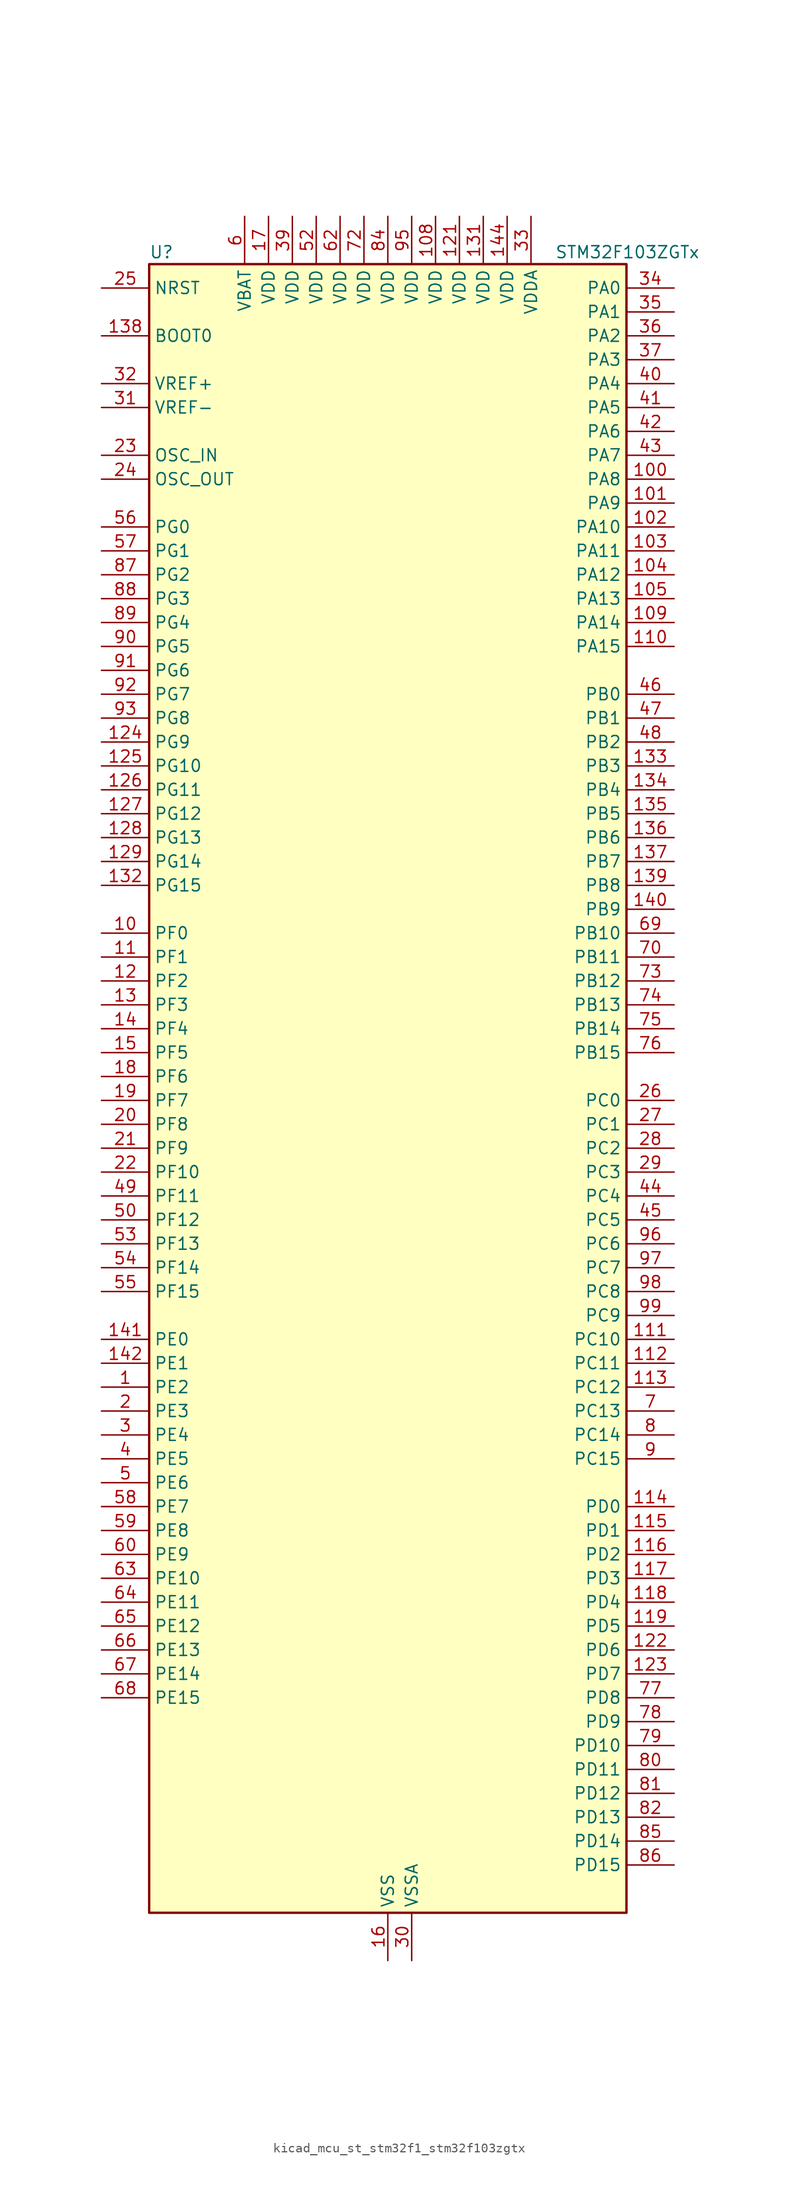
<source format=kicad_sym>
(kicad_symbol_lib
  (version 20220914)
  (generator kicad_symbol_editor)
  (symbol "kicad_mcu_st_stm32f1_stm32f103zgtx"
    (property "Reference" "U"
      (at -25.4 90.17 0)
      (effects (font (size 1.27 1.27)) (justify left)))
    (property "Value" "STM32F103ZGTx"
      (at 17.78 90.17 0)
      (effects (font (size 1.27 1.27)) (justify left)))
    (property "ki_locked" ""
      (at 0 0 0)
      (effects (font (size 1.27 1.27))))
    (symbol "kicad_mcu_st_stm32f1_stm32f103zgtx_0_1"
      (rectangle (start -25.4 -86.36) (end 25.4 88.9) (stroke (width 0.254) (type default)) (fill (type background))))
    (symbol "kicad_mcu_st_stm32f1_stm32f103zgtx_1_1"
      (pin bidirectional line (at -30.48 -30.48 0) (length 5.08) (name "PE2" (effects (font (size 1.27 1.27)))) (number "1" (effects (font (size 1.27 1.27)))) (alternate "FSMC_A23" bidirectional line) (alternate "SYS_TRACECLK" bidirectional line))
      (pin bidirectional line (at -30.48 17.78 0) (length 5.08) (name "PF0" (effects (font (size 1.27 1.27)))) (number "10" (effects (font (size 1.27 1.27)))) (alternate "FSMC_A0" bidirectional line))
      (pin bidirectional line (at 30.48 66.04 180) (length 5.08) (name "PA8" (effects (font (size 1.27 1.27)))) (number "100" (effects (font (size 1.27 1.27)))) (alternate "RCC_MCO" bidirectional line) (alternate "TIM1_CH1" bidirectional line) (alternate "USART1_CK" bidirectional line))
      (pin bidirectional line (at 30.48 63.5 180) (length 5.08) (name "PA9" (effects (font (size 1.27 1.27)))) (number "101" (effects (font (size 1.27 1.27)))) (alternate "DAC_EXTI9" bidirectional line) (alternate "TIM1_CH2" bidirectional line) (alternate "USART1_TX" bidirectional line))
      (pin bidirectional line (at 30.48 60.96 180) (length 5.08) (name "PA10" (effects (font (size 1.27 1.27)))) (number "102" (effects (font (size 1.27 1.27)))) (alternate "TIM1_CH3" bidirectional line) (alternate "USART1_RX" bidirectional line))
      (pin bidirectional line (at 30.48 58.42 180) (length 5.08) (name "PA11" (effects (font (size 1.27 1.27)))) (number "103" (effects (font (size 1.27 1.27)))) (alternate "ADC1_EXTI11" bidirectional line) (alternate "ADC2_EXTI11" bidirectional line) (alternate "CAN_RX" bidirectional line) (alternate "TIM1_CH4" bidirectional line) (alternate "USART1_CTS" bidirectional line) (alternate "USB_DM" bidirectional line))
      (pin bidirectional line (at 30.48 55.88 180) (length 5.08) (name "PA12" (effects (font (size 1.27 1.27)))) (number "104" (effects (font (size 1.27 1.27)))) (alternate "CAN_TX" bidirectional line) (alternate "TIM1_ETR" bidirectional line) (alternate "USART1_RTS" bidirectional line) (alternate "USB_DP" bidirectional line))
      (pin bidirectional line (at 30.48 53.34 180) (length 5.08) (name "PA13" (effects (font (size 1.27 1.27)))) (number "105" (effects (font (size 1.27 1.27)))) (alternate "SYS_JTMS-SWDIO" bidirectional line))
      (pin no_connect line (at -25.4 -86.36 0) (length 5.08) hide (name "NC" (effects (font (size 1.27 1.27)))) (number "106" (effects (font (size 1.27 1.27)))))
      (pin passive line (at 0 -91.44 90) (length 5.08) hide (name "VSS" (effects (font (size 1.27 1.27)))) (number "107" (effects (font (size 1.27 1.27)))))
      (pin power_in line (at 5.08 93.98 270) (length 5.08) (name "VDD" (effects (font (size 1.27 1.27)))) (number "108" (effects (font (size 1.27 1.27)))))
      (pin bidirectional line (at 30.48 50.8 180) (length 5.08) (name "PA14" (effects (font (size 1.27 1.27)))) (number "109" (effects (font (size 1.27 1.27)))) (alternate "SYS_JTCK-SWCLK" bidirectional line))
      (pin bidirectional line (at -30.48 15.24 0) (length 5.08) (name "PF1" (effects (font (size 1.27 1.27)))) (number "11" (effects (font (size 1.27 1.27)))) (alternate "FSMC_A1" bidirectional line))
      (pin bidirectional line (at 30.48 48.26 180) (length 5.08) (name "PA15" (effects (font (size 1.27 1.27)))) (number "110" (effects (font (size 1.27 1.27)))) (alternate "ADC1_EXTI15" bidirectional line) (alternate "ADC2_EXTI15" bidirectional line) (alternate "I2S3_WS" bidirectional line) (alternate "SPI1_NSS" bidirectional line) (alternate "SPI3_NSS" bidirectional line) (alternate "SYS_JTDI" bidirectional line) (alternate "TIM2_CH1" bidirectional line) (alternate "TIM2_ETR" bidirectional line))
      (pin bidirectional line (at 30.48 -25.4 180) (length 5.08) (name "PC10" (effects (font (size 1.27 1.27)))) (number "111" (effects (font (size 1.27 1.27)))) (alternate "SDIO_D2" bidirectional line) (alternate "UART4_TX" bidirectional line) (alternate "USART3_TX" bidirectional line))
      (pin bidirectional line (at 30.48 -27.94 180) (length 5.08) (name "PC11" (effects (font (size 1.27 1.27)))) (number "112" (effects (font (size 1.27 1.27)))) (alternate "ADC1_EXTI11" bidirectional line) (alternate "ADC2_EXTI11" bidirectional line) (alternate "SDIO_D3" bidirectional line) (alternate "UART4_RX" bidirectional line) (alternate "USART3_RX" bidirectional line))
      (pin bidirectional line (at 30.48 -30.48 180) (length 5.08) (name "PC12" (effects (font (size 1.27 1.27)))) (number "113" (effects (font (size 1.27 1.27)))) (alternate "SDIO_CK" bidirectional line) (alternate "UART5_TX" bidirectional line) (alternate "USART3_CK" bidirectional line))
      (pin bidirectional line (at 30.48 -43.18 180) (length 5.08) (name "PD0" (effects (font (size 1.27 1.27)))) (number "114" (effects (font (size 1.27 1.27)))) (alternate "CAN_RX" bidirectional line) (alternate "FSMC_D2" bidirectional line) (alternate "FSMC_DA2" bidirectional line))
      (pin bidirectional line (at 30.48 -45.72 180) (length 5.08) (name "PD1" (effects (font (size 1.27 1.27)))) (number "115" (effects (font (size 1.27 1.27)))) (alternate "CAN_TX" bidirectional line) (alternate "FSMC_D3" bidirectional line) (alternate "FSMC_DA3" bidirectional line))
      (pin bidirectional line (at 30.48 -48.26 180) (length 5.08) (name "PD2" (effects (font (size 1.27 1.27)))) (number "116" (effects (font (size 1.27 1.27)))) (alternate "SDIO_CMD" bidirectional line) (alternate "TIM3_ETR" bidirectional line) (alternate "UART5_RX" bidirectional line))
      (pin bidirectional line (at 30.48 -50.8 180) (length 5.08) (name "PD3" (effects (font (size 1.27 1.27)))) (number "117" (effects (font (size 1.27 1.27)))) (alternate "FSMC_CLK" bidirectional line) (alternate "USART2_CTS" bidirectional line))
      (pin bidirectional line (at 30.48 -53.34 180) (length 5.08) (name "PD4" (effects (font (size 1.27 1.27)))) (number "118" (effects (font (size 1.27 1.27)))) (alternate "FSMC_NOE" bidirectional line) (alternate "USART2_RTS" bidirectional line))
      (pin bidirectional line (at 30.48 -55.88 180) (length 5.08) (name "PD5" (effects (font (size 1.27 1.27)))) (number "119" (effects (font (size 1.27 1.27)))) (alternate "FSMC_NWE" bidirectional line) (alternate "USART2_TX" bidirectional line))
      (pin bidirectional line (at -30.48 12.7 0) (length 5.08) (name "PF2" (effects (font (size 1.27 1.27)))) (number "12" (effects (font (size 1.27 1.27)))) (alternate "FSMC_A2" bidirectional line))
      (pin passive line (at 0 -91.44 90) (length 5.08) hide (name "VSS" (effects (font (size 1.27 1.27)))) (number "120" (effects (font (size 1.27 1.27)))))
      (pin power_in line (at 7.62 93.98 270) (length 5.08) (name "VDD" (effects (font (size 1.27 1.27)))) (number "121" (effects (font (size 1.27 1.27)))))
      (pin bidirectional line (at 30.48 -58.42 180) (length 5.08) (name "PD6" (effects (font (size 1.27 1.27)))) (number "122" (effects (font (size 1.27 1.27)))) (alternate "FSMC_NWAIT" bidirectional line) (alternate "USART2_RX" bidirectional line))
      (pin bidirectional line (at 30.48 -60.96 180) (length 5.08) (name "PD7" (effects (font (size 1.27 1.27)))) (number "123" (effects (font (size 1.27 1.27)))) (alternate "FSMC_NCE2" bidirectional line) (alternate "FSMC_NE1" bidirectional line) (alternate "USART2_CK" bidirectional line))
      (pin bidirectional line (at -30.48 38.1 0) (length 5.08) (name "PG9" (effects (font (size 1.27 1.27)))) (number "124" (effects (font (size 1.27 1.27)))) (alternate "DAC_EXTI9" bidirectional line) (alternate "FSMC_NCE3" bidirectional line) (alternate "FSMC_NE2" bidirectional line))
      (pin bidirectional line (at -30.48 35.56 0) (length 5.08) (name "PG10" (effects (font (size 1.27 1.27)))) (number "125" (effects (font (size 1.27 1.27)))) (alternate "FSMC_NCE4_1" bidirectional line) (alternate "FSMC_NE3" bidirectional line))
      (pin bidirectional line (at -30.48 33.02 0) (length 5.08) (name "PG11" (effects (font (size 1.27 1.27)))) (number "126" (effects (font (size 1.27 1.27)))) (alternate "ADC1_EXTI11" bidirectional line) (alternate "ADC2_EXTI11" bidirectional line) (alternate "FSMC_NCE4_2" bidirectional line))
      (pin bidirectional line (at -30.48 30.48 0) (length 5.08) (name "PG12" (effects (font (size 1.27 1.27)))) (number "127" (effects (font (size 1.27 1.27)))) (alternate "FSMC_NE4" bidirectional line))
      (pin bidirectional line (at -30.48 27.94 0) (length 5.08) (name "PG13" (effects (font (size 1.27 1.27)))) (number "128" (effects (font (size 1.27 1.27)))) (alternate "FSMC_A24" bidirectional line))
      (pin bidirectional line (at -30.48 25.4 0) (length 5.08) (name "PG14" (effects (font (size 1.27 1.27)))) (number "129" (effects (font (size 1.27 1.27)))) (alternate "FSMC_A25" bidirectional line))
      (pin bidirectional line (at -30.48 10.16 0) (length 5.08) (name "PF3" (effects (font (size 1.27 1.27)))) (number "13" (effects (font (size 1.27 1.27)))) (alternate "FSMC_A3" bidirectional line))
      (pin passive line (at 0 -91.44 90) (length 5.08) hide (name "VSS" (effects (font (size 1.27 1.27)))) (number "130" (effects (font (size 1.27 1.27)))))
      (pin power_in line (at 10.16 93.98 270) (length 5.08) (name "VDD" (effects (font (size 1.27 1.27)))) (number "131" (effects (font (size 1.27 1.27)))))
      (pin bidirectional line (at -30.48 22.86 0) (length 5.08) (name "PG15" (effects (font (size 1.27 1.27)))) (number "132" (effects (font (size 1.27 1.27)))) (alternate "ADC1_EXTI15" bidirectional line) (alternate "ADC2_EXTI15" bidirectional line))
      (pin bidirectional line (at 30.48 35.56 180) (length 5.08) (name "PB3" (effects (font (size 1.27 1.27)))) (number "133" (effects (font (size 1.27 1.27)))) (alternate "I2S3_CK" bidirectional line) (alternate "SPI1_SCK" bidirectional line) (alternate "SPI3_SCK" bidirectional line) (alternate "SYS_JTDO-TRACESWO" bidirectional line) (alternate "TIM2_CH2" bidirectional line))
      (pin bidirectional line (at 30.48 33.02 180) (length 5.08) (name "PB4" (effects (font (size 1.27 1.27)))) (number "134" (effects (font (size 1.27 1.27)))) (alternate "SPI1_MISO" bidirectional line) (alternate "SPI3_MISO" bidirectional line) (alternate "SYS_NJTRST" bidirectional line) (alternate "TIM3_CH1" bidirectional line))
      (pin bidirectional line (at 30.48 30.48 180) (length 5.08) (name "PB5" (effects (font (size 1.27 1.27)))) (number "135" (effects (font (size 1.27 1.27)))) (alternate "I2C1_SMBA" bidirectional line) (alternate "I2S3_SD" bidirectional line) (alternate "SPI1_MOSI" bidirectional line) (alternate "SPI3_MOSI" bidirectional line) (alternate "TIM3_CH2" bidirectional line))
      (pin bidirectional line (at 30.48 27.94 180) (length 5.08) (name "PB6" (effects (font (size 1.27 1.27)))) (number "136" (effects (font (size 1.27 1.27)))) (alternate "I2C1_SCL" bidirectional line) (alternate "TIM4_CH1" bidirectional line) (alternate "USART1_TX" bidirectional line))
      (pin bidirectional line (at 30.48 25.4 180) (length 5.08) (name "PB7" (effects (font (size 1.27 1.27)))) (number "137" (effects (font (size 1.27 1.27)))) (alternate "FSMC_NL" bidirectional line) (alternate "I2C1_SDA" bidirectional line) (alternate "TIM4_CH2" bidirectional line) (alternate "USART1_RX" bidirectional line))
      (pin input line (at -30.48 81.28 0) (length 5.08) (name "BOOT0" (effects (font (size 1.27 1.27)))) (number "138" (effects (font (size 1.27 1.27)))))
      (pin bidirectional line (at 30.48 22.86 180) (length 5.08) (name "PB8" (effects (font (size 1.27 1.27)))) (number "139" (effects (font (size 1.27 1.27)))) (alternate "CAN_RX" bidirectional line) (alternate "I2C1_SCL" bidirectional line) (alternate "SDIO_D4" bidirectional line) (alternate "TIM10_CH1" bidirectional line) (alternate "TIM4_CH3" bidirectional line))
      (pin bidirectional line (at -30.48 7.62 0) (length 5.08) (name "PF4" (effects (font (size 1.27 1.27)))) (number "14" (effects (font (size 1.27 1.27)))) (alternate "FSMC_A4" bidirectional line))
      (pin bidirectional line (at 30.48 20.32 180) (length 5.08) (name "PB9" (effects (font (size 1.27 1.27)))) (number "140" (effects (font (size 1.27 1.27)))) (alternate "CAN_TX" bidirectional line) (alternate "DAC_EXTI9" bidirectional line) (alternate "I2C1_SDA" bidirectional line) (alternate "SDIO_D5" bidirectional line) (alternate "TIM11_CH1" bidirectional line) (alternate "TIM4_CH4" bidirectional line))
      (pin bidirectional line (at -30.48 -25.4 0) (length 5.08) (name "PE0" (effects (font (size 1.27 1.27)))) (number "141" (effects (font (size 1.27 1.27)))) (alternate "FSMC_NBL0" bidirectional line) (alternate "TIM4_ETR" bidirectional line))
      (pin bidirectional line (at -30.48 -27.94 0) (length 5.08) (name "PE1" (effects (font (size 1.27 1.27)))) (number "142" (effects (font (size 1.27 1.27)))) (alternate "FSMC_NBL1" bidirectional line))
      (pin passive line (at 0 -91.44 90) (length 5.08) hide (name "VSS" (effects (font (size 1.27 1.27)))) (number "143" (effects (font (size 1.27 1.27)))))
      (pin power_in line (at 12.7 93.98 270) (length 5.08) (name "VDD" (effects (font (size 1.27 1.27)))) (number "144" (effects (font (size 1.27 1.27)))))
      (pin bidirectional line (at -30.48 5.08 0) (length 5.08) (name "PF5" (effects (font (size 1.27 1.27)))) (number "15" (effects (font (size 1.27 1.27)))) (alternate "FSMC_A5" bidirectional line))
      (pin power_in line (at 0 -91.44 90) (length 5.08) (name "VSS" (effects (font (size 1.27 1.27)))) (number "16" (effects (font (size 1.27 1.27)))))
      (pin power_in line (at -12.7 93.98 270) (length 5.08) (name "VDD" (effects (font (size 1.27 1.27)))) (number "17" (effects (font (size 1.27 1.27)))))
      (pin bidirectional line (at -30.48 2.54 0) (length 5.08) (name "PF6" (effects (font (size 1.27 1.27)))) (number "18" (effects (font (size 1.27 1.27)))) (alternate "ADC3_IN4" bidirectional line) (alternate "FSMC_NIORD" bidirectional line) (alternate "TIM10_CH1" bidirectional line))
      (pin bidirectional line (at -30.48 0 0) (length 5.08) (name "PF7" (effects (font (size 1.27 1.27)))) (number "19" (effects (font (size 1.27 1.27)))) (alternate "ADC3_IN5" bidirectional line) (alternate "FSMC_NREG" bidirectional line) (alternate "TIM11_CH1" bidirectional line))
      (pin bidirectional line (at -30.48 -33.02 0) (length 5.08) (name "PE3" (effects (font (size 1.27 1.27)))) (number "2" (effects (font (size 1.27 1.27)))) (alternate "FSMC_A19" bidirectional line) (alternate "SYS_TRACED0" bidirectional line))
      (pin bidirectional line (at -30.48 -2.54 0) (length 5.08) (name "PF8" (effects (font (size 1.27 1.27)))) (number "20" (effects (font (size 1.27 1.27)))) (alternate "ADC3_IN6" bidirectional line) (alternate "FSMC_NIOWR" bidirectional line) (alternate "TIM13_CH1" bidirectional line))
      (pin bidirectional line (at -30.48 -5.08 0) (length 5.08) (name "PF9" (effects (font (size 1.27 1.27)))) (number "21" (effects (font (size 1.27 1.27)))) (alternate "ADC3_IN7" bidirectional line) (alternate "DAC_EXTI9" bidirectional line) (alternate "FSMC_CD" bidirectional line) (alternate "TIM14_CH1" bidirectional line))
      (pin bidirectional line (at -30.48 -7.62 0) (length 5.08) (name "PF10" (effects (font (size 1.27 1.27)))) (number "22" (effects (font (size 1.27 1.27)))) (alternate "ADC3_IN8" bidirectional line) (alternate "FSMC_INTR" bidirectional line))
      (pin input line (at -30.48 68.58 0) (length 5.08) (name "OSC_IN" (effects (font (size 1.27 1.27)))) (number "23" (effects (font (size 1.27 1.27)))) (alternate "RCC_OSC_IN" bidirectional line))
      (pin input line (at -30.48 66.04 0) (length 5.08) (name "OSC_OUT" (effects (font (size 1.27 1.27)))) (number "24" (effects (font (size 1.27 1.27)))) (alternate "RCC_OSC_OUT" bidirectional line))
      (pin input line (at -30.48 86.36 0) (length 5.08) (name "NRST" (effects (font (size 1.27 1.27)))) (number "25" (effects (font (size 1.27 1.27)))))
      (pin bidirectional line (at 30.48 0 180) (length 5.08) (name "PC0" (effects (font (size 1.27 1.27)))) (number "26" (effects (font (size 1.27 1.27)))) (alternate "ADC1_IN10" bidirectional line) (alternate "ADC2_IN10" bidirectional line) (alternate "ADC3_IN10" bidirectional line))
      (pin bidirectional line (at 30.48 -2.54 180) (length 5.08) (name "PC1" (effects (font (size 1.27 1.27)))) (number "27" (effects (font (size 1.27 1.27)))) (alternate "ADC1_IN11" bidirectional line) (alternate "ADC2_IN11" bidirectional line) (alternate "ADC3_IN11" bidirectional line))
      (pin bidirectional line (at 30.48 -5.08 180) (length 5.08) (name "PC2" (effects (font (size 1.27 1.27)))) (number "28" (effects (font (size 1.27 1.27)))) (alternate "ADC1_IN12" bidirectional line) (alternate "ADC2_IN12" bidirectional line) (alternate "ADC3_IN12" bidirectional line))
      (pin bidirectional line (at 30.48 -7.62 180) (length 5.08) (name "PC3" (effects (font (size 1.27 1.27)))) (number "29" (effects (font (size 1.27 1.27)))) (alternate "ADC1_IN13" bidirectional line) (alternate "ADC2_IN13" bidirectional line) (alternate "ADC3_IN13" bidirectional line))
      (pin bidirectional line (at -30.48 -35.56 0) (length 5.08) (name "PE4" (effects (font (size 1.27 1.27)))) (number "3" (effects (font (size 1.27 1.27)))) (alternate "FSMC_A20" bidirectional line) (alternate "SYS_TRACED1" bidirectional line))
      (pin power_in line (at 2.54 -91.44 90) (length 5.08) (name "VSSA" (effects (font (size 1.27 1.27)))) (number "30" (effects (font (size 1.27 1.27)))))
      (pin input line (at -30.48 73.66 0) (length 5.08) (name "VREF-" (effects (font (size 1.27 1.27)))) (number "31" (effects (font (size 1.27 1.27)))))
      (pin input line (at -30.48 76.2 0) (length 5.08) (name "VREF+" (effects (font (size 1.27 1.27)))) (number "32" (effects (font (size 1.27 1.27)))))
      (pin power_in line (at 15.24 93.98 270) (length 5.08) (name "VDDA" (effects (font (size 1.27 1.27)))) (number "33" (effects (font (size 1.27 1.27)))))
      (pin bidirectional line (at 30.48 86.36 180) (length 5.08) (name "PA0" (effects (font (size 1.27 1.27)))) (number "34" (effects (font (size 1.27 1.27)))) (alternate "ADC1_IN0" bidirectional line) (alternate "ADC2_IN0" bidirectional line) (alternate "ADC3_IN0" bidirectional line) (alternate "SYS_WKUP" bidirectional line) (alternate "TIM2_CH1" bidirectional line) (alternate "TIM2_ETR" bidirectional line) (alternate "TIM5_CH1" bidirectional line) (alternate "TIM8_ETR" bidirectional line) (alternate "USART2_CTS" bidirectional line))
      (pin bidirectional line (at 30.48 83.82 180) (length 5.08) (name "PA1" (effects (font (size 1.27 1.27)))) (number "35" (effects (font (size 1.27 1.27)))) (alternate "ADC1_IN1" bidirectional line) (alternate "ADC2_IN1" bidirectional line) (alternate "ADC3_IN1" bidirectional line) (alternate "TIM2_CH2" bidirectional line) (alternate "TIM5_CH2" bidirectional line) (alternate "USART2_RTS" bidirectional line))
      (pin bidirectional line (at 30.48 81.28 180) (length 5.08) (name "PA2" (effects (font (size 1.27 1.27)))) (number "36" (effects (font (size 1.27 1.27)))) (alternate "ADC1_IN2" bidirectional line) (alternate "ADC2_IN2" bidirectional line) (alternate "ADC3_IN2" bidirectional line) (alternate "TIM2_CH3" bidirectional line) (alternate "TIM5_CH3" bidirectional line) (alternate "TIM9_CH1" bidirectional line) (alternate "USART2_TX" bidirectional line))
      (pin bidirectional line (at 30.48 78.74 180) (length 5.08) (name "PA3" (effects (font (size 1.27 1.27)))) (number "37" (effects (font (size 1.27 1.27)))) (alternate "ADC1_IN3" bidirectional line) (alternate "ADC2_IN3" bidirectional line) (alternate "ADC3_IN3" bidirectional line) (alternate "TIM2_CH4" bidirectional line) (alternate "TIM5_CH4" bidirectional line) (alternate "TIM9_CH2" bidirectional line) (alternate "USART2_RX" bidirectional line))
      (pin passive line (at 0 -91.44 90) (length 5.08) hide (name "VSS" (effects (font (size 1.27 1.27)))) (number "38" (effects (font (size 1.27 1.27)))))
      (pin power_in line (at -10.16 93.98 270) (length 5.08) (name "VDD" (effects (font (size 1.27 1.27)))) (number "39" (effects (font (size 1.27 1.27)))))
      (pin bidirectional line (at -30.48 -38.1 0) (length 5.08) (name "PE5" (effects (font (size 1.27 1.27)))) (number "4" (effects (font (size 1.27 1.27)))) (alternate "FSMC_A21" bidirectional line) (alternate "SYS_TRACED2" bidirectional line) (alternate "TIM9_CH1" bidirectional line))
      (pin bidirectional line (at 30.48 76.2 180) (length 5.08) (name "PA4" (effects (font (size 1.27 1.27)))) (number "40" (effects (font (size 1.27 1.27)))) (alternate "ADC1_IN4" bidirectional line) (alternate "ADC2_IN4" bidirectional line) (alternate "DAC_OUT1" bidirectional line) (alternate "SPI1_NSS" bidirectional line) (alternate "USART2_CK" bidirectional line))
      (pin bidirectional line (at 30.48 73.66 180) (length 5.08) (name "PA5" (effects (font (size 1.27 1.27)))) (number "41" (effects (font (size 1.27 1.27)))) (alternate "ADC1_IN5" bidirectional line) (alternate "ADC2_IN5" bidirectional line) (alternate "DAC_OUT2" bidirectional line) (alternate "SPI1_SCK" bidirectional line))
      (pin bidirectional line (at 30.48 71.12 180) (length 5.08) (name "PA6" (effects (font (size 1.27 1.27)))) (number "42" (effects (font (size 1.27 1.27)))) (alternate "ADC1_IN6" bidirectional line) (alternate "ADC2_IN6" bidirectional line) (alternate "SPI1_MISO" bidirectional line) (alternate "TIM13_CH1" bidirectional line) (alternate "TIM1_BKIN" bidirectional line) (alternate "TIM3_CH1" bidirectional line) (alternate "TIM8_BKIN" bidirectional line))
      (pin bidirectional line (at 30.48 68.58 180) (length 5.08) (name "PA7" (effects (font (size 1.27 1.27)))) (number "43" (effects (font (size 1.27 1.27)))) (alternate "ADC1_IN7" bidirectional line) (alternate "ADC2_IN7" bidirectional line) (alternate "SPI1_MOSI" bidirectional line) (alternate "TIM14_CH1" bidirectional line) (alternate "TIM1_CH1N" bidirectional line) (alternate "TIM3_CH2" bidirectional line) (alternate "TIM8_CH1N" bidirectional line))
      (pin bidirectional line (at 30.48 -10.16 180) (length 5.08) (name "PC4" (effects (font (size 1.27 1.27)))) (number "44" (effects (font (size 1.27 1.27)))) (alternate "ADC1_IN14" bidirectional line) (alternate "ADC2_IN14" bidirectional line))
      (pin bidirectional line (at 30.48 -12.7 180) (length 5.08) (name "PC5" (effects (font (size 1.27 1.27)))) (number "45" (effects (font (size 1.27 1.27)))) (alternate "ADC1_IN15" bidirectional line) (alternate "ADC2_IN15" bidirectional line))
      (pin bidirectional line (at 30.48 43.18 180) (length 5.08) (name "PB0" (effects (font (size 1.27 1.27)))) (number "46" (effects (font (size 1.27 1.27)))) (alternate "ADC1_IN8" bidirectional line) (alternate "ADC2_IN8" bidirectional line) (alternate "TIM1_CH2N" bidirectional line) (alternate "TIM3_CH3" bidirectional line) (alternate "TIM8_CH2N" bidirectional line))
      (pin bidirectional line (at 30.48 40.64 180) (length 5.08) (name "PB1" (effects (font (size 1.27 1.27)))) (number "47" (effects (font (size 1.27 1.27)))) (alternate "ADC1_IN9" bidirectional line) (alternate "ADC2_IN9" bidirectional line) (alternate "TIM1_CH3N" bidirectional line) (alternate "TIM3_CH4" bidirectional line) (alternate "TIM8_CH3N" bidirectional line))
      (pin bidirectional line (at 30.48 38.1 180) (length 5.08) (name "PB2" (effects (font (size 1.27 1.27)))) (number "48" (effects (font (size 1.27 1.27)))))
      (pin bidirectional line (at -30.48 -10.16 0) (length 5.08) (name "PF11" (effects (font (size 1.27 1.27)))) (number "49" (effects (font (size 1.27 1.27)))) (alternate "ADC1_EXTI11" bidirectional line) (alternate "ADC2_EXTI11" bidirectional line) (alternate "FSMC_NIOS16" bidirectional line))
      (pin bidirectional line (at -30.48 -40.64 0) (length 5.08) (name "PE6" (effects (font (size 1.27 1.27)))) (number "5" (effects (font (size 1.27 1.27)))) (alternate "FSMC_A22" bidirectional line) (alternate "SYS_TRACED3" bidirectional line) (alternate "TIM9_CH2" bidirectional line))
      (pin bidirectional line (at -30.48 -12.7 0) (length 5.08) (name "PF12" (effects (font (size 1.27 1.27)))) (number "50" (effects (font (size 1.27 1.27)))) (alternate "FSMC_A6" bidirectional line))
      (pin passive line (at 0 -91.44 90) (length 5.08) hide (name "VSS" (effects (font (size 1.27 1.27)))) (number "51" (effects (font (size 1.27 1.27)))))
      (pin power_in line (at -7.62 93.98 270) (length 5.08) (name "VDD" (effects (font (size 1.27 1.27)))) (number "52" (effects (font (size 1.27 1.27)))))
      (pin bidirectional line (at -30.48 -15.24 0) (length 5.08) (name "PF13" (effects (font (size 1.27 1.27)))) (number "53" (effects (font (size 1.27 1.27)))) (alternate "FSMC_A7" bidirectional line))
      (pin bidirectional line (at -30.48 -17.78 0) (length 5.08) (name "PF14" (effects (font (size 1.27 1.27)))) (number "54" (effects (font (size 1.27 1.27)))) (alternate "FSMC_A8" bidirectional line))
      (pin bidirectional line (at -30.48 -20.32 0) (length 5.08) (name "PF15" (effects (font (size 1.27 1.27)))) (number "55" (effects (font (size 1.27 1.27)))) (alternate "ADC1_EXTI15" bidirectional line) (alternate "ADC2_EXTI15" bidirectional line) (alternate "FSMC_A9" bidirectional line))
      (pin bidirectional line (at -30.48 60.96 0) (length 5.08) (name "PG0" (effects (font (size 1.27 1.27)))) (number "56" (effects (font (size 1.27 1.27)))) (alternate "FSMC_A10" bidirectional line))
      (pin bidirectional line (at -30.48 58.42 0) (length 5.08) (name "PG1" (effects (font (size 1.27 1.27)))) (number "57" (effects (font (size 1.27 1.27)))) (alternate "FSMC_A11" bidirectional line))
      (pin bidirectional line (at -30.48 -43.18 0) (length 5.08) (name "PE7" (effects (font (size 1.27 1.27)))) (number "58" (effects (font (size 1.27 1.27)))) (alternate "FSMC_D4" bidirectional line) (alternate "FSMC_DA4" bidirectional line) (alternate "TIM1_ETR" bidirectional line))
      (pin bidirectional line (at -30.48 -45.72 0) (length 5.08) (name "PE8" (effects (font (size 1.27 1.27)))) (number "59" (effects (font (size 1.27 1.27)))) (alternate "FSMC_D5" bidirectional line) (alternate "FSMC_DA5" bidirectional line) (alternate "TIM1_CH1N" bidirectional line))
      (pin power_in line (at -15.24 93.98 270) (length 5.08) (name "VBAT" (effects (font (size 1.27 1.27)))) (number "6" (effects (font (size 1.27 1.27)))))
      (pin bidirectional line (at -30.48 -48.26 0) (length 5.08) (name "PE9" (effects (font (size 1.27 1.27)))) (number "60" (effects (font (size 1.27 1.27)))) (alternate "DAC_EXTI9" bidirectional line) (alternate "FSMC_D6" bidirectional line) (alternate "FSMC_DA6" bidirectional line) (alternate "TIM1_CH1" bidirectional line))
      (pin passive line (at 0 -91.44 90) (length 5.08) hide (name "VSS" (effects (font (size 1.27 1.27)))) (number "61" (effects (font (size 1.27 1.27)))))
      (pin power_in line (at -5.08 93.98 270) (length 5.08) (name "VDD" (effects (font (size 1.27 1.27)))) (number "62" (effects (font (size 1.27 1.27)))))
      (pin bidirectional line (at -30.48 -50.8 0) (length 5.08) (name "PE10" (effects (font (size 1.27 1.27)))) (number "63" (effects (font (size 1.27 1.27)))) (alternate "FSMC_D7" bidirectional line) (alternate "FSMC_DA7" bidirectional line) (alternate "TIM1_CH2N" bidirectional line))
      (pin bidirectional line (at -30.48 -53.34 0) (length 5.08) (name "PE11" (effects (font (size 1.27 1.27)))) (number "64" (effects (font (size 1.27 1.27)))) (alternate "ADC1_EXTI11" bidirectional line) (alternate "ADC2_EXTI11" bidirectional line) (alternate "FSMC_D8" bidirectional line) (alternate "FSMC_DA8" bidirectional line) (alternate "TIM1_CH2" bidirectional line))
      (pin bidirectional line (at -30.48 -55.88 0) (length 5.08) (name "PE12" (effects (font (size 1.27 1.27)))) (number "65" (effects (font (size 1.27 1.27)))) (alternate "FSMC_D9" bidirectional line) (alternate "FSMC_DA9" bidirectional line) (alternate "TIM1_CH3N" bidirectional line))
      (pin bidirectional line (at -30.48 -58.42 0) (length 5.08) (name "PE13" (effects (font (size 1.27 1.27)))) (number "66" (effects (font (size 1.27 1.27)))) (alternate "FSMC_D10" bidirectional line) (alternate "FSMC_DA10" bidirectional line) (alternate "TIM1_CH3" bidirectional line))
      (pin bidirectional line (at -30.48 -60.96 0) (length 5.08) (name "PE14" (effects (font (size 1.27 1.27)))) (number "67" (effects (font (size 1.27 1.27)))) (alternate "FSMC_D11" bidirectional line) (alternate "FSMC_DA11" bidirectional line) (alternate "TIM1_CH4" bidirectional line))
      (pin bidirectional line (at -30.48 -63.5 0) (length 5.08) (name "PE15" (effects (font (size 1.27 1.27)))) (number "68" (effects (font (size 1.27 1.27)))) (alternate "ADC1_EXTI15" bidirectional line) (alternate "ADC2_EXTI15" bidirectional line) (alternate "FSMC_D12" bidirectional line) (alternate "FSMC_DA12" bidirectional line) (alternate "TIM1_BKIN" bidirectional line))
      (pin bidirectional line (at 30.48 17.78 180) (length 5.08) (name "PB10" (effects (font (size 1.27 1.27)))) (number "69" (effects (font (size 1.27 1.27)))) (alternate "I2C2_SCL" bidirectional line) (alternate "TIM2_CH3" bidirectional line) (alternate "USART3_TX" bidirectional line))
      (pin bidirectional line (at 30.48 -33.02 180) (length 5.08) (name "PC13" (effects (font (size 1.27 1.27)))) (number "7" (effects (font (size 1.27 1.27)))) (alternate "RTC_OUT" bidirectional line) (alternate "RTC_TAMPER" bidirectional line))
      (pin bidirectional line (at 30.48 15.24 180) (length 5.08) (name "PB11" (effects (font (size 1.27 1.27)))) (number "70" (effects (font (size 1.27 1.27)))) (alternate "ADC1_EXTI11" bidirectional line) (alternate "ADC2_EXTI11" bidirectional line) (alternate "I2C2_SDA" bidirectional line) (alternate "TIM2_CH4" bidirectional line) (alternate "USART3_RX" bidirectional line))
      (pin passive line (at 0 -91.44 90) (length 5.08) hide (name "VSS" (effects (font (size 1.27 1.27)))) (number "71" (effects (font (size 1.27 1.27)))))
      (pin power_in line (at -2.54 93.98 270) (length 5.08) (name "VDD" (effects (font (size 1.27 1.27)))) (number "72" (effects (font (size 1.27 1.27)))))
      (pin bidirectional line (at 30.48 12.7 180) (length 5.08) (name "PB12" (effects (font (size 1.27 1.27)))) (number "73" (effects (font (size 1.27 1.27)))) (alternate "I2C2_SMBA" bidirectional line) (alternate "I2S2_WS" bidirectional line) (alternate "SPI2_NSS" bidirectional line) (alternate "TIM1_BKIN" bidirectional line) (alternate "USART3_CK" bidirectional line))
      (pin bidirectional line (at 30.48 10.16 180) (length 5.08) (name "PB13" (effects (font (size 1.27 1.27)))) (number "74" (effects (font (size 1.27 1.27)))) (alternate "I2S2_CK" bidirectional line) (alternate "SPI2_SCK" bidirectional line) (alternate "TIM1_CH1N" bidirectional line) (alternate "USART3_CTS" bidirectional line))
      (pin bidirectional line (at 30.48 7.62 180) (length 5.08) (name "PB14" (effects (font (size 1.27 1.27)))) (number "75" (effects (font (size 1.27 1.27)))) (alternate "SPI2_MISO" bidirectional line) (alternate "TIM12_CH1" bidirectional line) (alternate "TIM1_CH2N" bidirectional line) (alternate "USART3_RTS" bidirectional line))
      (pin bidirectional line (at 30.48 5.08 180) (length 5.08) (name "PB15" (effects (font (size 1.27 1.27)))) (number "76" (effects (font (size 1.27 1.27)))) (alternate "ADC1_EXTI15" bidirectional line) (alternate "ADC2_EXTI15" bidirectional line) (alternate "I2S2_SD" bidirectional line) (alternate "SPI2_MOSI" bidirectional line) (alternate "TIM12_CH2" bidirectional line) (alternate "TIM1_CH3N" bidirectional line))
      (pin bidirectional line (at 30.48 -63.5 180) (length 5.08) (name "PD8" (effects (font (size 1.27 1.27)))) (number "77" (effects (font (size 1.27 1.27)))) (alternate "FSMC_D13" bidirectional line) (alternate "FSMC_DA13" bidirectional line) (alternate "USART3_TX" bidirectional line))
      (pin bidirectional line (at 30.48 -66.04 180) (length 5.08) (name "PD9" (effects (font (size 1.27 1.27)))) (number "78" (effects (font (size 1.27 1.27)))) (alternate "DAC_EXTI9" bidirectional line) (alternate "FSMC_D14" bidirectional line) (alternate "FSMC_DA14" bidirectional line) (alternate "USART3_RX" bidirectional line))
      (pin bidirectional line (at 30.48 -68.58 180) (length 5.08) (name "PD10" (effects (font (size 1.27 1.27)))) (number "79" (effects (font (size 1.27 1.27)))) (alternate "FSMC_D15" bidirectional line) (alternate "FSMC_DA15" bidirectional line) (alternate "USART3_CK" bidirectional line))
      (pin bidirectional line (at 30.48 -35.56 180) (length 5.08) (name "PC14" (effects (font (size 1.27 1.27)))) (number "8" (effects (font (size 1.27 1.27)))) (alternate "RCC_OSC32_IN" bidirectional line))
      (pin bidirectional line (at 30.48 -71.12 180) (length 5.08) (name "PD11" (effects (font (size 1.27 1.27)))) (number "80" (effects (font (size 1.27 1.27)))) (alternate "ADC1_EXTI11" bidirectional line) (alternate "ADC2_EXTI11" bidirectional line) (alternate "FSMC_A16" bidirectional line) (alternate "FSMC_CLE" bidirectional line) (alternate "USART3_CTS" bidirectional line))
      (pin bidirectional line (at 30.48 -73.66 180) (length 5.08) (name "PD12" (effects (font (size 1.27 1.27)))) (number "81" (effects (font (size 1.27 1.27)))) (alternate "FSMC_A17" bidirectional line) (alternate "FSMC_ALE" bidirectional line) (alternate "TIM4_CH1" bidirectional line) (alternate "USART3_RTS" bidirectional line))
      (pin bidirectional line (at 30.48 -76.2 180) (length 5.08) (name "PD13" (effects (font (size 1.27 1.27)))) (number "82" (effects (font (size 1.27 1.27)))) (alternate "FSMC_A18" bidirectional line) (alternate "TIM4_CH2" bidirectional line))
      (pin passive line (at 0 -91.44 90) (length 5.08) hide (name "VSS" (effects (font (size 1.27 1.27)))) (number "83" (effects (font (size 1.27 1.27)))))
      (pin power_in line (at 0 93.98 270) (length 5.08) (name "VDD" (effects (font (size 1.27 1.27)))) (number "84" (effects (font (size 1.27 1.27)))))
      (pin bidirectional line (at 30.48 -78.74 180) (length 5.08) (name "PD14" (effects (font (size 1.27 1.27)))) (number "85" (effects (font (size 1.27 1.27)))) (alternate "FSMC_D0" bidirectional line) (alternate "FSMC_DA0" bidirectional line) (alternate "TIM4_CH3" bidirectional line))
      (pin bidirectional line (at 30.48 -81.28 180) (length 5.08) (name "PD15" (effects (font (size 1.27 1.27)))) (number "86" (effects (font (size 1.27 1.27)))) (alternate "ADC1_EXTI15" bidirectional line) (alternate "ADC2_EXTI15" bidirectional line) (alternate "FSMC_D1" bidirectional line) (alternate "FSMC_DA1" bidirectional line) (alternate "TIM4_CH4" bidirectional line))
      (pin bidirectional line (at -30.48 55.88 0) (length 5.08) (name "PG2" (effects (font (size 1.27 1.27)))) (number "87" (effects (font (size 1.27 1.27)))) (alternate "FSMC_A12" bidirectional line))
      (pin bidirectional line (at -30.48 53.34 0) (length 5.08) (name "PG3" (effects (font (size 1.27 1.27)))) (number "88" (effects (font (size 1.27 1.27)))) (alternate "FSMC_A13" bidirectional line))
      (pin bidirectional line (at -30.48 50.8 0) (length 5.08) (name "PG4" (effects (font (size 1.27 1.27)))) (number "89" (effects (font (size 1.27 1.27)))) (alternate "FSMC_A14" bidirectional line))
      (pin bidirectional line (at 30.48 -38.1 180) (length 5.08) (name "PC15" (effects (font (size 1.27 1.27)))) (number "9" (effects (font (size 1.27 1.27)))) (alternate "ADC1_EXTI15" bidirectional line) (alternate "ADC2_EXTI15" bidirectional line) (alternate "RCC_OSC32_OUT" bidirectional line))
      (pin bidirectional line (at -30.48 48.26 0) (length 5.08) (name "PG5" (effects (font (size 1.27 1.27)))) (number "90" (effects (font (size 1.27 1.27)))) (alternate "FSMC_A15" bidirectional line))
      (pin bidirectional line (at -30.48 45.72 0) (length 5.08) (name "PG6" (effects (font (size 1.27 1.27)))) (number "91" (effects (font (size 1.27 1.27)))) (alternate "FSMC_INT2" bidirectional line))
      (pin bidirectional line (at -30.48 43.18 0) (length 5.08) (name "PG7" (effects (font (size 1.27 1.27)))) (number "92" (effects (font (size 1.27 1.27)))) (alternate "FSMC_INT3" bidirectional line))
      (pin bidirectional line (at -30.48 40.64 0) (length 5.08) (name "PG8" (effects (font (size 1.27 1.27)))) (number "93" (effects (font (size 1.27 1.27)))))
      (pin passive line (at 0 -91.44 90) (length 5.08) hide (name "VSS" (effects (font (size 1.27 1.27)))) (number "94" (effects (font (size 1.27 1.27)))))
      (pin power_in line (at 2.54 93.98 270) (length 5.08) (name "VDD" (effects (font (size 1.27 1.27)))) (number "95" (effects (font (size 1.27 1.27)))))
      (pin bidirectional line (at 30.48 -15.24 180) (length 5.08) (name "PC6" (effects (font (size 1.27 1.27)))) (number "96" (effects (font (size 1.27 1.27)))) (alternate "I2S2_MCK" bidirectional line) (alternate "SDIO_D6" bidirectional line) (alternate "TIM3_CH1" bidirectional line) (alternate "TIM8_CH1" bidirectional line))
      (pin bidirectional line (at 30.48 -17.78 180) (length 5.08) (name "PC7" (effects (font (size 1.27 1.27)))) (number "97" (effects (font (size 1.27 1.27)))) (alternate "I2S3_MCK" bidirectional line) (alternate "SDIO_D7" bidirectional line) (alternate "TIM3_CH2" bidirectional line) (alternate "TIM8_CH2" bidirectional line))
      (pin bidirectional line (at 30.48 -20.32 180) (length 5.08) (name "PC8" (effects (font (size 1.27 1.27)))) (number "98" (effects (font (size 1.27 1.27)))) (alternate "SDIO_D0" bidirectional line) (alternate "TIM3_CH3" bidirectional line) (alternate "TIM8_CH3" bidirectional line))
      (pin bidirectional line (at 30.48 -22.86 180) (length 5.08) (name "PC9" (effects (font (size 1.27 1.27)))) (number "99" (effects (font (size 1.27 1.27)))) (alternate "DAC_EXTI9" bidirectional line) (alternate "SDIO_D1" bidirectional line) (alternate "TIM3_CH4" bidirectional line) (alternate "TIM8_CH4" bidirectional line)))))
</source>
